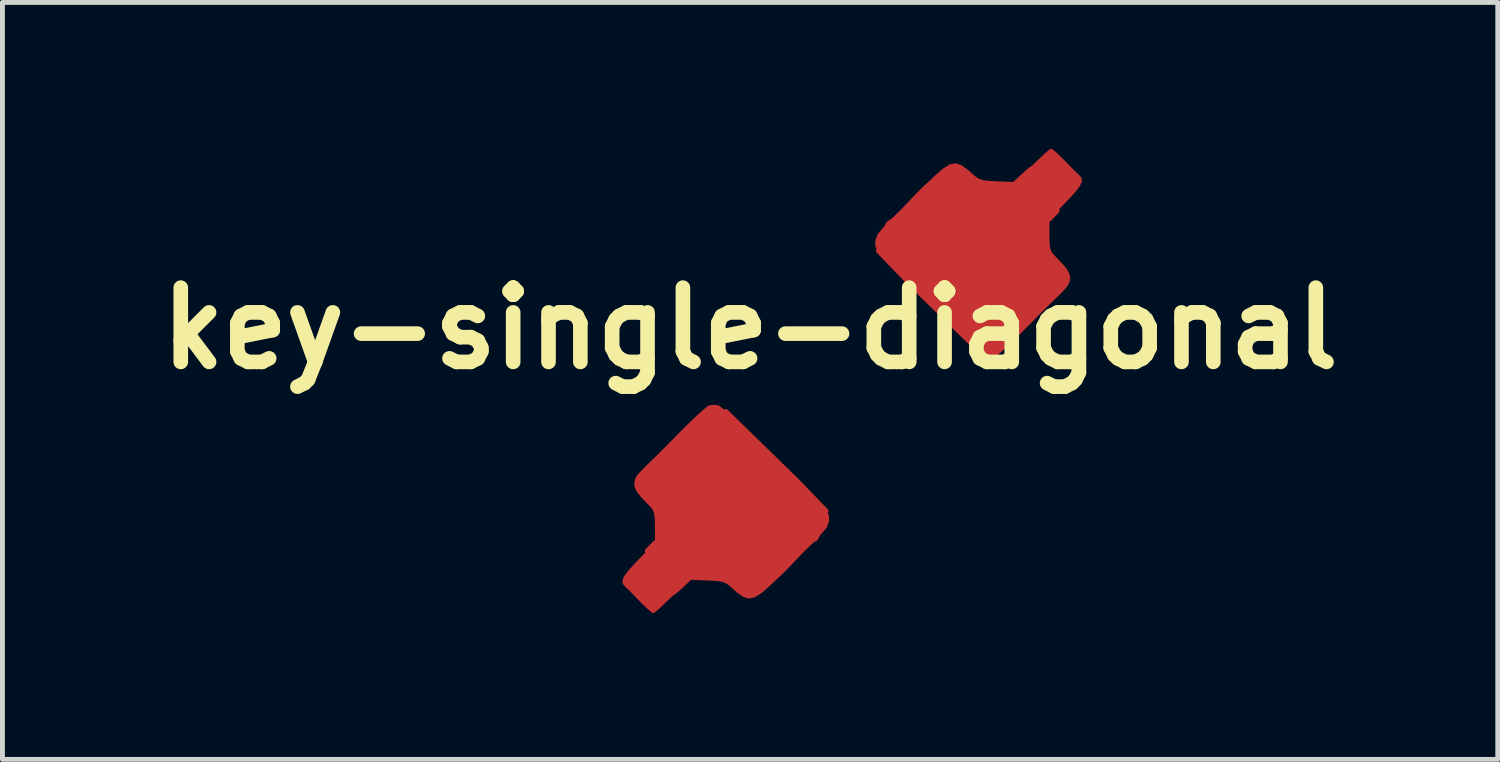
<source format=kicad_pcb>
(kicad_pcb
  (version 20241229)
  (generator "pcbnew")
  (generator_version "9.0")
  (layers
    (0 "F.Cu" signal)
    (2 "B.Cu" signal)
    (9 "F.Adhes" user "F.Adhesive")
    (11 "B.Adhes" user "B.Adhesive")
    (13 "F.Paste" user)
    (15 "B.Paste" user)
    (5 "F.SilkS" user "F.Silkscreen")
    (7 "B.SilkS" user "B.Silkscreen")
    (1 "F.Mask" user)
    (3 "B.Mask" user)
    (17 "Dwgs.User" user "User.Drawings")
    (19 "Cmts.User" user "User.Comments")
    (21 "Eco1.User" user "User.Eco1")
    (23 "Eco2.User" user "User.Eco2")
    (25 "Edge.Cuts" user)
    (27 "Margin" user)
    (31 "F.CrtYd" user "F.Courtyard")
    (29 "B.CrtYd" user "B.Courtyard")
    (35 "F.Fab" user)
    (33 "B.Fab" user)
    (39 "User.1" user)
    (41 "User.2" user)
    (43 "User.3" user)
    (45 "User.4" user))
  (footprint "key-single-diagonal"
    (layer "F.Cu")
    (at 14.376 4.577)
    (property "Reference" "key-single-diagonal" (at -2.032 -0.889 0) (layer "F.SilkS") (effects (font (size 1.524 1.524) (thickness 0.3))))
    (attr through_hole)
    (pad "1" smd custom (at -4.191 4.445) (size 0.5 0.5) (layers "F.Cu" "F.Mask") (options (anchor circle)) (primitives (gr_poly (pts (xy 3.429 -1.143) (xy 1.524 -0.508) (xy 0.254 -0.508) (xy 0.045 -0.762) (xy 0.212 -0.933) (xy 0.889 -1.143) (xy 0.889 -2.413) (xy 2.794 -2.413)) (width 0.1) (fill yes)) (gr_poly (pts (xy 3.719 -1.583) (xy 3.429 -1.143) (xy 3.125 -2.2)) (width 0.1) (fill yes)) (gr_poly (pts (xy 3.125 -2.2) (xy 2.646 -2.159) (xy 1.659 -3.629)) (width 0.1) (fill yes)) (gr_poly (pts (xy 1.504 -3.75) (xy 1.557 -3.715) (xy 1.659 -3.629) (xy 1.802 -3.5) (xy 1.975 -3.339) (xy 2.169 -3.154) (xy 2.375 -2.954) (xy 2.583 -2.75) (xy 2.783 -2.55) (xy 2.967 -2.364) (xy 3.125 -2.2) (xy 3.247 -2.069) (xy 3.323 -1.978) (xy 3.343 -1.95) (xy 3.401 -1.882) (xy 3.447 -1.863) (xy 3.507 -1.83) (xy 3.576 -1.751) (xy 3.58 -1.746) (xy 3.653 -1.649) (xy 3.719 -1.583) (xy 3.775 -1.494) (xy 3.775 -1.371) (xy 3.723 -1.243) (xy 3.669 -1.175) (xy 3.595 -1.091) (xy 3.557 -1.026) (xy 3.556 -1.018) (xy 3.523 -0.975) (xy 3.511 -0.974) (xy 3.465 -0.945) (xy 3.376 -0.866) (xy 3.258 -0.751) (xy 3.162 -0.651) (xy 3.03 -0.511) (xy 2.916 -0.392) (xy 2.834 -0.309) (xy 2.805 -0.28) (xy 2.746 -0.227) (xy 2.65 -0.137) (xy 2.566 -0.057) (xy 2.392 0.096) (xy 2.253 0.183) (xy 2.132 0.207) (xy 2.013 0.169) (xy 1.88 0.072) (xy 1.835 0.032) (xy 1.735 -0.057) (xy 1.655 -0.111) (xy 1.568 -0.141) (xy 1.446 -0.155) (xy 1.293 -0.163) (xy 0.946 -0.177) (xy 0.785 -0.025) (xy 0.691 0.06) (xy 0.624 0.116) (xy 0.605 0.127) (xy 0.567 0.155) (xy 0.489 0.227) (xy 0.395 0.318) (xy 0.292 0.416) (xy 0.211 0.485) (xy 0.172 0.508) (xy 0.127 0.48) (xy 0.043 0.407) (xy -0.047 0.32) (xy -0.154 0.211) (xy -0.242 0.121) (xy -0.284 0.077) (xy -0.361 0.001) (xy -0.4 -0.033) (xy -0.449 -0.092) (xy -0.456 -0.161) (xy -0.415 -0.252) (xy -0.322 -0.375) (xy -0.171 -0.539) (xy -0.127 -0.585) (xy 0.045 -0.762) (xy 0.127 -0.762) (xy 0.142 -0.727) (xy 0.155 -0.734) (xy 0.16 -0.784) (xy 0.155 -0.79) (xy 0.13 -0.784) (xy 0.127 -0.762) (xy 0.045 -0.762) (xy 0.212 -0.933) (xy 0.212 -1.256) (xy 0.208 -1.428) (xy 0.194 -1.54) (xy 0.189 -1.552) (xy 2.935 -1.552) (xy 2.941 -1.527) (xy 2.963 -1.524) (xy 2.998 -1.539) (xy 2.995 -1.545) (xy 3.598 -1.545) (xy 3.619 -1.524) (xy 3.641 -1.545) (xy 3.619 -1.566) (xy 3.598 -1.545) (xy 2.995 -1.545) (xy 2.992 -1.552) (xy 2.941 -1.557) (xy 2.935 -1.552) (xy 0.189 -1.552) (xy 0.164 -1.615) (xy 0.116 -1.673) (xy -0.032 -1.826) (xy -0.101 -1.905) (xy 1.122 -1.905) (xy 1.125 -1.866) (xy 1.141 -1.863) (xy 1.184 -1.893) (xy 1.185 -1.905) (xy 1.171 -1.946) (xy 1.167 -1.947) (xy 1.131 -1.918) (xy 1.122 -1.905) (xy -0.101 -1.905) (xy -0.128 -1.937) (xy -0.183 -2.021) (xy -0.208 -2.093) (xy -0.212 -2.147) (xy -0.208 -2.18) (xy 2.625 -2.18) (xy 2.646 -2.159) (xy 2.667 -2.18) (xy 2.646 -2.201) (xy 2.625 -2.18) (xy -0.208 -2.18) (xy -0.205 -2.212) (xy -0.178 -2.277) (xy -0.121 -2.354) (xy -0.024 -2.458) (xy 0.124 -2.601) (xy 0.179 -2.654) (xy 0.226 -2.699) (xy 0.321 -2.794) (xy 0.453 -2.927) (xy 0.611 -3.087) (xy 0.736 -3.213) (xy 0.908 -3.385) (xy 1.065 -3.534) (xy 1.194 -3.652) (xy 1.286 -3.727) (xy 1.321 -3.749) (xy 1.428 -3.76) (xy 1.504 -3.75)) (width 0.01) (fill yes))))
    (pad "2" smd custom (at 4.318 -4.064 180) (size 0.5 0.5) (layers "F.Cu" "F.Mask") (options (anchor circle)) (primitives (gr_poly (pts (xy 3.429 -1.143) (xy 1.524 -0.508) (xy 0.254 -0.508) (xy 0.045 -0.762) (xy 0.212 -0.933) (xy 0.889 -1.143) (xy 0.889 -2.413) (xy 2.794 -2.413)) (width 0.1) (fill yes)) (gr_poly (pts (xy 3.719 -1.583) (xy 3.429 -1.143) (xy 3.125 -2.2)) (width 0.1) (fill yes)) (gr_poly (pts (xy 3.125 -2.2) (xy 2.646 -2.159) (xy 1.659 -3.629)) (width 0.1) (fill yes)) (gr_poly (pts (xy 1.504 -3.75) (xy 1.557 -3.715) (xy 1.659 -3.629) (xy 1.802 -3.5) (xy 1.975 -3.339) (xy 2.169 -3.154) (xy 2.375 -2.954) (xy 2.583 -2.75) (xy 2.783 -2.55) (xy 2.967 -2.364) (xy 3.125 -2.2) (xy 3.247 -2.069) (xy 3.323 -1.978) (xy 3.343 -1.95) (xy 3.401 -1.882) (xy 3.447 -1.863) (xy 3.507 -1.83) (xy 3.576 -1.751) (xy 3.58 -1.746) (xy 3.653 -1.649) (xy 3.719 -1.583) (xy 3.775 -1.494) (xy 3.775 -1.371) (xy 3.723 -1.243) (xy 3.669 -1.175) (xy 3.595 -1.091) (xy 3.557 -1.026) (xy 3.556 -1.018) (xy 3.523 -0.975) (xy 3.511 -0.974) (xy 3.465 -0.945) (xy 3.376 -0.866) (xy 3.258 -0.751) (xy 3.162 -0.651) (xy 3.03 -0.511) (xy 2.916 -0.392) (xy 2.834 -0.309) (xy 2.805 -0.28) (xy 2.746 -0.227) (xy 2.65 -0.137) (xy 2.566 -0.057) (xy 2.392 0.096) (xy 2.253 0.183) (xy 2.132 0.207) (xy 2.013 0.169) (xy 1.88 0.072) (xy 1.835 0.032) (xy 1.735 -0.057) (xy 1.655 -0.111) (xy 1.568 -0.141) (xy 1.446 -0.155) (xy 1.293 -0.163) (xy 0.946 -0.177) (xy 0.785 -0.025) (xy 0.691 0.06) (xy 0.624 0.116) (xy 0.605 0.127) (xy 0.567 0.155) (xy 0.489 0.227) (xy 0.395 0.318) (xy 0.292 0.416) (xy 0.211 0.485) (xy 0.172 0.508) (xy 0.127 0.48) (xy 0.043 0.407) (xy -0.047 0.32) (xy -0.154 0.211) (xy -0.242 0.121) (xy -0.284 0.077) (xy -0.361 0.001) (xy -0.4 -0.033) (xy -0.449 -0.092) (xy -0.456 -0.161) (xy -0.415 -0.252) (xy -0.322 -0.375) (xy -0.171 -0.539) (xy -0.127 -0.585) (xy 0.045 -0.762) (xy 0.127 -0.762) (xy 0.142 -0.727) (xy 0.155 -0.734) (xy 0.16 -0.784) (xy 0.155 -0.79) (xy 0.13 -0.784) (xy 0.127 -0.762) (xy 0.045 -0.762) (xy 0.212 -0.933) (xy 0.212 -1.256) (xy 0.208 -1.428) (xy 0.194 -1.54) (xy 0.189 -1.552) (xy 2.935 -1.552) (xy 2.941 -1.527) (xy 2.963 -1.524) (xy 2.998 -1.539) (xy 2.995 -1.545) (xy 3.598 -1.545) (xy 3.619 -1.524) (xy 3.641 -1.545) (xy 3.619 -1.566) (xy 3.598 -1.545) (xy 2.995 -1.545) (xy 2.992 -1.552) (xy 2.941 -1.557) (xy 2.935 -1.552) (xy 0.189 -1.552) (xy 0.164 -1.615) (xy 0.116 -1.673) (xy -0.032 -1.826) (xy -0.101 -1.905) (xy 1.122 -1.905) (xy 1.125 -1.866) (xy 1.141 -1.863) (xy 1.184 -1.893) (xy 1.185 -1.905) (xy 1.171 -1.946) (xy 1.167 -1.947) (xy 1.131 -1.918) (xy 1.122 -1.905) (xy -0.101 -1.905) (xy -0.128 -1.937) (xy -0.183 -2.021) (xy -0.208 -2.093) (xy -0.212 -2.147) (xy -0.208 -2.18) (xy 2.625 -2.18) (xy 2.646 -2.159) (xy 2.667 -2.18) (xy 2.646 -2.201) (xy 2.625 -2.18) (xy -0.208 -2.18) (xy -0.205 -2.212) (xy -0.178 -2.277) (xy -0.121 -2.354) (xy -0.024 -2.458) (xy 0.124 -2.601) (xy 0.179 -2.654) (xy 0.226 -2.699) (xy 0.321 -2.794) (xy 0.453 -2.927) (xy 0.611 -3.087) (xy 0.736 -3.213) (xy 0.908 -3.385) (xy 1.065 -3.534) (xy 1.194 -3.652) (xy 1.286 -3.727) (xy 1.321 -3.749) (xy 1.428 -3.76) (xy 1.504 -3.75)) (width 0.01) (fill yes)))))
  (gr_rect
    (start -3 -3)
    (end 27.689 12.535)
    (stroke (width 0.1) (type default))
    (fill no)
    (layer "Edge.Cuts")))
</source>
